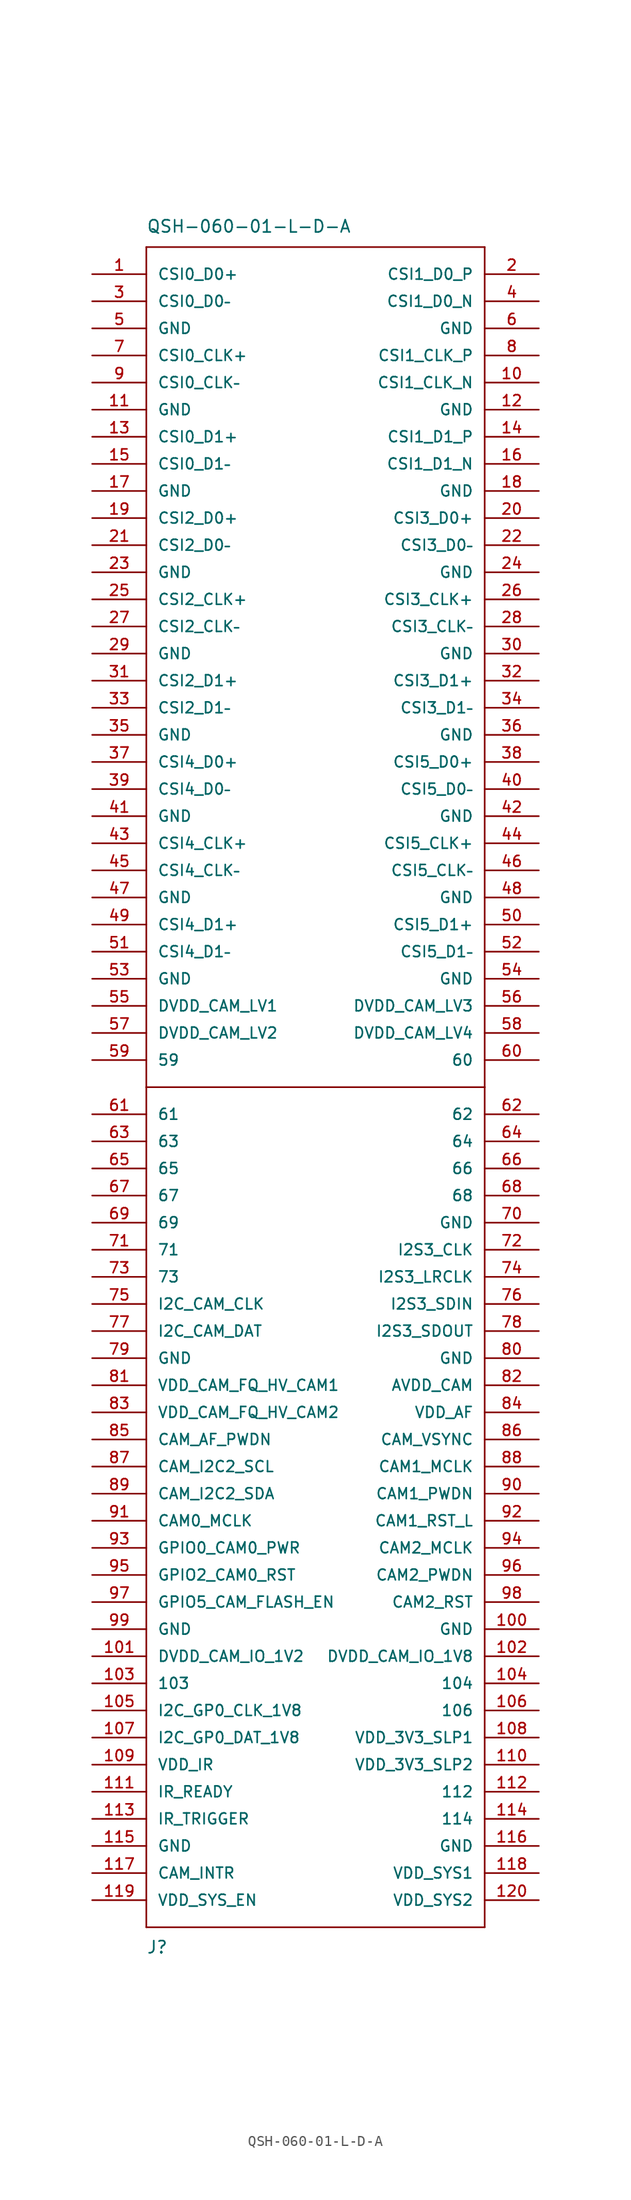
<source format=kicad_sym>
(kicad_symbol_lib
  (version 20211014)
  (generator kicad_symbol_editor)
  (symbol "QSH-060-01-L-D-A"
    (pin_names
      (offset 1.016))
    (property "Reference" "J"
      (at -8.89 -81.28 0)
      (effects (font (size 1.143 1.143)) (justify left bottom)))
    (property "Value" "QSH-060-01-L-D-A"
      (at -8.89 80.01 0)
      (effects (font (size 1.143 1.143)) (justify left bottom)))
    (property "ki_locked" ""
      (at 0 0 0)
      (effects (font (size 1.27 1.27))))
    (symbol "QSH-060-01-L-D-A_1_0"
      (polyline (pts (xy -8.89 -78.74) (xy -8.89 0)) (stroke (width 0) (type default) (color 0 0 0 0)) (fill (type none)))
      (polyline (pts (xy -8.89 0) (xy -8.89 78.74)) (stroke (width 0) (type default) (color 0 0 0 0)) (fill (type none)))
      (polyline (pts (xy -8.89 0) (xy 22.86 0)) (stroke (width 0) (type default) (color 0 0 0 0)) (fill (type none)))
      (polyline (pts (xy -8.89 78.74) (xy 22.86 78.74)) (stroke (width 0) (type default) (color 0 0 0 0)) (fill (type none)))
      (polyline (pts (xy 22.86 -78.74) (xy -8.89 -78.74)) (stroke (width 0) (type default) (color 0 0 0 0)) (fill (type none)))
      (polyline (pts (xy 22.86 0) (xy 22.86 -78.74)) (stroke (width 0) (type default) (color 0 0 0 0)) (fill (type none)))
      (polyline (pts (xy 22.86 78.74) (xy 22.86 0)) (stroke (width 0) (type default) (color 0 0 0 0)) (fill (type none))))
    (symbol "QSH-060-01-L-D-A_1_1"
      (pin input line (at -13.97 76.2 0) (length 5.08) (name "CSI0_D0+" (effects (font (size 1.016 1.016)))) (number "1" (effects (font (size 1.016 1.016)))))
      (pin bidirectional line (at 27.94 66.04 180) (length 5.08) (name "CSI1_CLK_N" (effects (font (size 1.016 1.016)))) (number "10" (effects (font (size 1.016 1.016)))))
      (pin bidirectional line (at 27.94 -50.8 180) (length 5.08) (name "GND" (effects (font (size 1.016 1.016)))) (number "100" (effects (font (size 1.016 1.016)))))
      (pin power_out line (at -13.97 -53.34 0) (length 5.08) (name "DVDD_CAM_IO_1V2" (effects (font (size 1.016 1.016)))) (number "101" (effects (font (size 1.016 1.016)))))
      (pin power_out line (at 27.94 -53.34 180) (length 5.08) (name "DVDD_CAM_IO_1V8" (effects (font (size 1.016 1.016)))) (number "102" (effects (font (size 1.016 1.016)))))
      (pin bidirectional line (at -13.97 -55.88 0) (length 5.08) (name "103" (effects (font (size 1.016 1.016)))) (number "103" (effects (font (size 1.016 1.016)))))
      (pin bidirectional line (at 27.94 -55.88 180) (length 5.08) (name "104" (effects (font (size 1.016 1.016)))) (number "104" (effects (font (size 1.016 1.016)))))
      (pin bidirectional line (at -13.97 -58.42 0) (length 5.08) (name "I2C_GP0_CLK_1V8" (effects (font (size 1.016 1.016)))) (number "105" (effects (font (size 1.016 1.016)))))
      (pin bidirectional line (at 27.94 -58.42 180) (length 5.08) (name "106" (effects (font (size 1.016 1.016)))) (number "106" (effects (font (size 1.016 1.016)))))
      (pin bidirectional line (at -13.97 -60.96 0) (length 5.08) (name "I2C_GP0_DAT_1V8" (effects (font (size 1.016 1.016)))) (number "107" (effects (font (size 1.016 1.016)))))
      (pin bidirectional line (at 27.94 -60.96 180) (length 5.08) (name "VDD_3V3_SLP1" (effects (font (size 1.016 1.016)))) (number "108" (effects (font (size 1.016 1.016)))))
      (pin bidirectional line (at -13.97 -63.5 0) (length 5.08) (name "VDD_IR" (effects (font (size 1.016 1.016)))) (number "109" (effects (font (size 1.016 1.016)))))
      (pin bidirectional line (at -13.97 63.5 0) (length 5.08) (name "GND" (effects (font (size 1.016 1.016)))) (number "11" (effects (font (size 1.016 1.016)))))
      (pin bidirectional line (at 27.94 -63.5 180) (length 5.08) (name "VDD_3V3_SLP2" (effects (font (size 1.016 1.016)))) (number "110" (effects (font (size 1.016 1.016)))))
      (pin bidirectional line (at -13.97 -66.04 0) (length 5.08) (name "IR_READY" (effects (font (size 1.016 1.016)))) (number "111" (effects (font (size 1.016 1.016)))))
      (pin bidirectional line (at 27.94 -66.04 180) (length 5.08) (name "112" (effects (font (size 1.016 1.016)))) (number "112" (effects (font (size 1.016 1.016)))))
      (pin bidirectional line (at -13.97 -68.58 0) (length 5.08) (name "IR_TRIGGER" (effects (font (size 1.016 1.016)))) (number "113" (effects (font (size 1.016 1.016)))))
      (pin bidirectional line (at 27.94 -68.58 180) (length 5.08) (name "114" (effects (font (size 1.016 1.016)))) (number "114" (effects (font (size 1.016 1.016)))))
      (pin bidirectional line (at -13.97 -71.12 0) (length 5.08) (name "GND" (effects (font (size 1.016 1.016)))) (number "115" (effects (font (size 1.016 1.016)))))
      (pin bidirectional line (at 27.94 -71.12 180) (length 5.08) (name "GND" (effects (font (size 1.016 1.016)))) (number "116" (effects (font (size 1.016 1.016)))))
      (pin bidirectional line (at -13.97 -73.66 0) (length 5.08) (name "CAM_INTR" (effects (font (size 1.016 1.016)))) (number "117" (effects (font (size 1.016 1.016)))))
      (pin bidirectional line (at 27.94 -73.66 180) (length 5.08) (name "VDD_SYS1" (effects (font (size 1.016 1.016)))) (number "118" (effects (font (size 1.016 1.016)))))
      (pin bidirectional line (at -13.97 -76.2 0) (length 5.08) (name "VDD_SYS_EN" (effects (font (size 1.016 1.016)))) (number "119" (effects (font (size 1.016 1.016)))))
      (pin bidirectional line (at 27.94 63.5 180) (length 5.08) (name "GND" (effects (font (size 1.016 1.016)))) (number "12" (effects (font (size 1.016 1.016)))))
      (pin bidirectional line (at 27.94 -76.2 180) (length 5.08) (name "VDD_SYS2" (effects (font (size 1.016 1.016)))) (number "120" (effects (font (size 1.016 1.016)))))
      (pin input line (at -13.97 60.96 0) (length 5.08) (name "CSI0_D1+" (effects (font (size 1.016 1.016)))) (number "13" (effects (font (size 1.016 1.016)))))
      (pin bidirectional line (at 27.94 60.96 180) (length 5.08) (name "CSI1_D1_P" (effects (font (size 1.016 1.016)))) (number "14" (effects (font (size 1.016 1.016)))))
      (pin bidirectional line (at -13.97 58.42 0) (length 5.08) (name "CSI0_D1–" (effects (font (size 1.016 1.016)))) (number "15" (effects (font (size 1.016 1.016)))))
      (pin bidirectional line (at 27.94 58.42 180) (length 5.08) (name "CSI1_D1_N" (effects (font (size 1.016 1.016)))) (number "16" (effects (font (size 1.016 1.016)))))
      (pin bidirectional line (at -13.97 55.88 0) (length 5.08) (name "GND" (effects (font (size 1.016 1.016)))) (number "17" (effects (font (size 1.016 1.016)))))
      (pin bidirectional line (at 27.94 55.88 180) (length 5.08) (name "GND" (effects (font (size 1.016 1.016)))) (number "18" (effects (font (size 1.016 1.016)))))
      (pin input line (at -13.97 53.34 0) (length 5.08) (name "CSI2_D0+" (effects (font (size 1.016 1.016)))) (number "19" (effects (font (size 1.016 1.016)))))
      (pin bidirectional line (at 27.94 76.2 180) (length 5.08) (name "CSI1_D0_P" (effects (font (size 1.016 1.016)))) (number "2" (effects (font (size 1.016 1.016)))))
      (pin bidirectional line (at 27.94 53.34 180) (length 5.08) (name "CSI3_D0+" (effects (font (size 1.016 1.016)))) (number "20" (effects (font (size 1.016 1.016)))))
      (pin input line (at -13.97 50.8 0) (length 5.08) (name "CSI2_D0–" (effects (font (size 1.016 1.016)))) (number "21" (effects (font (size 1.016 1.016)))))
      (pin bidirectional line (at 27.94 50.8 180) (length 5.08) (name "CSI3_D0–" (effects (font (size 1.016 1.016)))) (number "22" (effects (font (size 1.016 1.016)))))
      (pin bidirectional line (at -13.97 48.26 0) (length 5.08) (name "GND" (effects (font (size 1.016 1.016)))) (number "23" (effects (font (size 1.016 1.016)))))
      (pin bidirectional line (at 27.94 48.26 180) (length 5.08) (name "GND" (effects (font (size 1.016 1.016)))) (number "24" (effects (font (size 1.016 1.016)))))
      (pin input line (at -13.97 45.72 0) (length 5.08) (name "CSI2_CLK+" (effects (font (size 1.016 1.016)))) (number "25" (effects (font (size 1.016 1.016)))))
      (pin bidirectional line (at 27.94 45.72 180) (length 5.08) (name "CSI3_CLK+" (effects (font (size 1.016 1.016)))) (number "26" (effects (font (size 1.016 1.016)))))
      (pin input line (at -13.97 43.18 0) (length 5.08) (name "CSI2_CLK–" (effects (font (size 1.016 1.016)))) (number "27" (effects (font (size 1.016 1.016)))))
      (pin bidirectional line (at 27.94 43.18 180) (length 5.08) (name "CSI3_CLK–" (effects (font (size 1.016 1.016)))) (number "28" (effects (font (size 1.016 1.016)))))
      (pin bidirectional line (at -13.97 40.64 0) (length 5.08) (name "GND" (effects (font (size 1.016 1.016)))) (number "29" (effects (font (size 1.016 1.016)))))
      (pin input line (at -13.97 73.66 0) (length 5.08) (name "CSI0_D0–" (effects (font (size 1.016 1.016)))) (number "3" (effects (font (size 1.016 1.016)))))
      (pin bidirectional line (at 27.94 40.64 180) (length 5.08) (name "GND" (effects (font (size 1.016 1.016)))) (number "30" (effects (font (size 1.016 1.016)))))
      (pin input line (at -13.97 38.1 0) (length 5.08) (name "CSI2_D1+" (effects (font (size 1.016 1.016)))) (number "31" (effects (font (size 1.016 1.016)))))
      (pin bidirectional line (at 27.94 38.1 180) (length 5.08) (name "CSI3_D1+" (effects (font (size 1.016 1.016)))) (number "32" (effects (font (size 1.016 1.016)))))
      (pin input line (at -13.97 35.56 0) (length 5.08) (name "CSI2_D1–" (effects (font (size 1.016 1.016)))) (number "33" (effects (font (size 1.016 1.016)))))
      (pin bidirectional line (at 27.94 35.56 180) (length 5.08) (name "CSI3_D1–" (effects (font (size 1.016 1.016)))) (number "34" (effects (font (size 1.016 1.016)))))
      (pin bidirectional line (at -13.97 33.02 0) (length 5.08) (name "GND" (effects (font (size 1.016 1.016)))) (number "35" (effects (font (size 1.016 1.016)))))
      (pin bidirectional line (at 27.94 33.02 180) (length 5.08) (name "GND" (effects (font (size 1.016 1.016)))) (number "36" (effects (font (size 1.016 1.016)))))
      (pin input line (at -13.97 30.48 0) (length 5.08) (name "CSI4_D0+" (effects (font (size 1.016 1.016)))) (number "37" (effects (font (size 1.016 1.016)))))
      (pin bidirectional line (at 27.94 30.48 180) (length 5.08) (name "CSI5_D0+" (effects (font (size 1.016 1.016)))) (number "38" (effects (font (size 1.016 1.016)))))
      (pin input line (at -13.97 27.94 0) (length 5.08) (name "CSI4_D0–" (effects (font (size 1.016 1.016)))) (number "39" (effects (font (size 1.016 1.016)))))
      (pin bidirectional line (at 27.94 73.66 180) (length 5.08) (name "CSI1_D0_N" (effects (font (size 1.016 1.016)))) (number "4" (effects (font (size 1.016 1.016)))))
      (pin bidirectional line (at 27.94 27.94 180) (length 5.08) (name "CSI5_D0–" (effects (font (size 1.016 1.016)))) (number "40" (effects (font (size 1.016 1.016)))))
      (pin bidirectional line (at -13.97 25.4 0) (length 5.08) (name "GND" (effects (font (size 1.016 1.016)))) (number "41" (effects (font (size 1.016 1.016)))))
      (pin bidirectional line (at 27.94 25.4 180) (length 5.08) (name "GND" (effects (font (size 1.016 1.016)))) (number "42" (effects (font (size 1.016 1.016)))))
      (pin input line (at -13.97 22.86 0) (length 5.08) (name "CSI4_CLK+" (effects (font (size 1.016 1.016)))) (number "43" (effects (font (size 1.016 1.016)))))
      (pin bidirectional line (at 27.94 22.86 180) (length 5.08) (name "CSI5_CLK+" (effects (font (size 1.016 1.016)))) (number "44" (effects (font (size 1.016 1.016)))))
      (pin input line (at -13.97 20.32 0) (length 5.08) (name "CSI4_CLK–" (effects (font (size 1.016 1.016)))) (number "45" (effects (font (size 1.016 1.016)))))
      (pin bidirectional line (at 27.94 20.32 180) (length 5.08) (name "CSI5_CLK–" (effects (font (size 1.016 1.016)))) (number "46" (effects (font (size 1.016 1.016)))))
      (pin bidirectional line (at -13.97 17.78 0) (length 5.08) (name "GND" (effects (font (size 1.016 1.016)))) (number "47" (effects (font (size 1.016 1.016)))))
      (pin bidirectional line (at 27.94 17.78 180) (length 5.08) (name "GND" (effects (font (size 1.016 1.016)))) (number "48" (effects (font (size 1.016 1.016)))))
      (pin input line (at -13.97 15.24 0) (length 5.08) (name "CSI4_D1+" (effects (font (size 1.016 1.016)))) (number "49" (effects (font (size 1.016 1.016)))))
      (pin bidirectional line (at -13.97 71.12 0) (length 5.08) (name "GND" (effects (font (size 1.016 1.016)))) (number "5" (effects (font (size 1.016 1.016)))))
      (pin bidirectional line (at 27.94 15.24 180) (length 5.08) (name "CSI5_D1+" (effects (font (size 1.016 1.016)))) (number "50" (effects (font (size 1.016 1.016)))))
      (pin input line (at -13.97 12.7 0) (length 5.08) (name "CSI4_D1–" (effects (font (size 1.016 1.016)))) (number "51" (effects (font (size 1.016 1.016)))))
      (pin bidirectional line (at 27.94 12.7 180) (length 5.08) (name "CSI5_D1–" (effects (font (size 1.016 1.016)))) (number "52" (effects (font (size 1.016 1.016)))))
      (pin bidirectional line (at -13.97 10.16 0) (length 5.08) (name "GND" (effects (font (size 1.016 1.016)))) (number "53" (effects (font (size 1.016 1.016)))))
      (pin bidirectional line (at 27.94 10.16 180) (length 5.08) (name "GND" (effects (font (size 1.016 1.016)))) (number "54" (effects (font (size 1.016 1.016)))))
      (pin bidirectional line (at -13.97 7.62 0) (length 5.08) (name "DVDD_CAM_LV1" (effects (font (size 1.016 1.016)))) (number "55" (effects (font (size 1.016 1.016)))))
      (pin bidirectional line (at 27.94 7.62 180) (length 5.08) (name "DVDD_CAM_LV3" (effects (font (size 1.016 1.016)))) (number "56" (effects (font (size 1.016 1.016)))))
      (pin bidirectional line (at -13.97 5.08 0) (length 5.08) (name "DVDD_CAM_LV2" (effects (font (size 1.016 1.016)))) (number "57" (effects (font (size 1.016 1.016)))))
      (pin bidirectional line (at 27.94 5.08 180) (length 5.08) (name "DVDD_CAM_LV4" (effects (font (size 1.016 1.016)))) (number "58" (effects (font (size 1.016 1.016)))))
      (pin bidirectional line (at -13.97 2.54 0) (length 5.08) (name "59" (effects (font (size 1.016 1.016)))) (number "59" (effects (font (size 1.016 1.016)))))
      (pin bidirectional line (at 27.94 71.12 180) (length 5.08) (name "GND" (effects (font (size 1.016 1.016)))) (number "6" (effects (font (size 1.016 1.016)))))
      (pin bidirectional line (at 27.94 2.54 180) (length 5.08) (name "60" (effects (font (size 1.016 1.016)))) (number "60" (effects (font (size 1.016 1.016)))))
      (pin bidirectional line (at -13.97 -2.54 0) (length 5.08) (name "61" (effects (font (size 1.016 1.016)))) (number "61" (effects (font (size 1.016 1.016)))))
      (pin bidirectional line (at 27.94 -2.54 180) (length 5.08) (name "62" (effects (font (size 1.016 1.016)))) (number "62" (effects (font (size 1.016 1.016)))))
      (pin bidirectional line (at -13.97 -5.08 0) (length 5.08) (name "63" (effects (font (size 1.016 1.016)))) (number "63" (effects (font (size 1.016 1.016)))))
      (pin bidirectional line (at 27.94 -5.08 180) (length 5.08) (name "64" (effects (font (size 1.016 1.016)))) (number "64" (effects (font (size 1.016 1.016)))))
      (pin bidirectional line (at -13.97 -7.62 0) (length 5.08) (name "65" (effects (font (size 1.016 1.016)))) (number "65" (effects (font (size 1.016 1.016)))))
      (pin bidirectional line (at 27.94 -7.62 180) (length 5.08) (name "66" (effects (font (size 1.016 1.016)))) (number "66" (effects (font (size 1.016 1.016)))))
      (pin bidirectional line (at -13.97 -10.16 0) (length 5.08) (name "67" (effects (font (size 1.016 1.016)))) (number "67" (effects (font (size 1.016 1.016)))))
      (pin bidirectional line (at 27.94 -10.16 180) (length 5.08) (name "68" (effects (font (size 1.016 1.016)))) (number "68" (effects (font (size 1.016 1.016)))))
      (pin bidirectional line (at -13.97 -12.7 0) (length 5.08) (name "69" (effects (font (size 1.016 1.016)))) (number "69" (effects (font (size 1.016 1.016)))))
      (pin input line (at -13.97 68.58 0) (length 5.08) (name "CSI0_CLK+" (effects (font (size 1.016 1.016)))) (number "7" (effects (font (size 1.016 1.016)))))
      (pin bidirectional line (at 27.94 -12.7 180) (length 5.08) (name "GND" (effects (font (size 1.016 1.016)))) (number "70" (effects (font (size 1.016 1.016)))))
      (pin bidirectional line (at -13.97 -15.24 0) (length 5.08) (name "71" (effects (font (size 1.016 1.016)))) (number "71" (effects (font (size 1.016 1.016)))))
      (pin bidirectional line (at 27.94 -15.24 180) (length 5.08) (name "I2S3_CLK" (effects (font (size 1.016 1.016)))) (number "72" (effects (font (size 1.016 1.016)))))
      (pin bidirectional line (at -13.97 -17.78 0) (length 5.08) (name "73" (effects (font (size 1.016 1.016)))) (number "73" (effects (font (size 1.016 1.016)))))
      (pin bidirectional line (at 27.94 -17.78 180) (length 5.08) (name "I2S3_LRCLK" (effects (font (size 1.016 1.016)))) (number "74" (effects (font (size 1.016 1.016)))))
      (pin bidirectional line (at -13.97 -20.32 0) (length 5.08) (name "I2C_CAM_CLK" (effects (font (size 1.016 1.016)))) (number "75" (effects (font (size 1.016 1.016)))))
      (pin input line (at 27.94 -20.32 180) (length 5.08) (name "I2S3_SDIN" (effects (font (size 1.016 1.016)))) (number "76" (effects (font (size 1.016 1.016)))))
      (pin bidirectional line (at -13.97 -22.86 0) (length 5.08) (name "I2C_CAM_DAT" (effects (font (size 1.016 1.016)))) (number "77" (effects (font (size 1.016 1.016)))))
      (pin bidirectional line (at 27.94 -22.86 180) (length 5.08) (name "I2S3_SDOUT" (effects (font (size 1.016 1.016)))) (number "78" (effects (font (size 1.016 1.016)))))
      (pin bidirectional line (at -13.97 -25.4 0) (length 5.08) (name "GND" (effects (font (size 1.016 1.016)))) (number "79" (effects (font (size 1.016 1.016)))))
      (pin bidirectional line (at 27.94 68.58 180) (length 5.08) (name "CSI1_CLK_P" (effects (font (size 1.016 1.016)))) (number "8" (effects (font (size 1.016 1.016)))))
      (pin bidirectional line (at 27.94 -25.4 180) (length 5.08) (name "GND" (effects (font (size 1.016 1.016)))) (number "80" (effects (font (size 1.016 1.016)))))
      (pin bidirectional line (at -13.97 -27.94 0) (length 5.08) (name "VDD_CAM_FQ_HV_CAM1" (effects (font (size 1.016 1.016)))) (number "81" (effects (font (size 1.016 1.016)))))
      (pin bidirectional line (at 27.94 -27.94 180) (length 5.08) (name "AVDD_CAM" (effects (font (size 1.016 1.016)))) (number "82" (effects (font (size 1.016 1.016)))))
      (pin bidirectional line (at -13.97 -30.48 0) (length 5.08) (name "VDD_CAM_FQ_HV_CAM2" (effects (font (size 1.016 1.016)))) (number "83" (effects (font (size 1.016 1.016)))))
      (pin bidirectional line (at 27.94 -30.48 180) (length 5.08) (name "VDD_AF" (effects (font (size 1.016 1.016)))) (number "84" (effects (font (size 1.016 1.016)))))
      (pin bidirectional line (at -13.97 -33.02 0) (length 5.08) (name "CAM_AF_PWDN" (effects (font (size 1.016 1.016)))) (number "85" (effects (font (size 1.016 1.016)))))
      (pin output line (at 27.94 -33.02 180) (length 5.08) (name "CAM_VSYNC" (effects (font (size 1.016 1.016)))) (number "86" (effects (font (size 1.016 1.016)))))
      (pin bidirectional line (at -13.97 -35.56 0) (length 5.08) (name "CAM_I2C2_SCL" (effects (font (size 1.016 1.016)))) (number "87" (effects (font (size 1.016 1.016)))))
      (pin output line (at 27.94 -35.56 180) (length 5.08) (name "CAM1_MCLK" (effects (font (size 1.016 1.016)))) (number "88" (effects (font (size 1.016 1.016)))))
      (pin bidirectional line (at -13.97 -38.1 0) (length 5.08) (name "CAM_I2C2_SDA" (effects (font (size 1.016 1.016)))) (number "89" (effects (font (size 1.016 1.016)))))
      (pin input line (at -13.97 66.04 0) (length 5.08) (name "CSI0_CLK–" (effects (font (size 1.016 1.016)))) (number "9" (effects (font (size 1.016 1.016)))))
      (pin output line (at 27.94 -38.1 180) (length 5.08) (name "CAM1_PWDN" (effects (font (size 1.016 1.016)))) (number "90" (effects (font (size 1.016 1.016)))))
      (pin output line (at -13.97 -40.64 0) (length 5.08) (name "CAM0_MCLK" (effects (font (size 1.016 1.016)))) (number "91" (effects (font (size 1.016 1.016)))))
      (pin output line (at 27.94 -40.64 180) (length 5.08) (name "CAM1_RST_L" (effects (font (size 1.016 1.016)))) (number "92" (effects (font (size 1.016 1.016)))))
      (pin output line (at -13.97 -43.18 0) (length 5.08) (name "GPIO0_CAM0_PWR" (effects (font (size 1.016 1.016)))) (number "93" (effects (font (size 1.016 1.016)))))
      (pin output line (at 27.94 -43.18 180) (length 5.08) (name "CAM2_MCLK" (effects (font (size 1.016 1.016)))) (number "94" (effects (font (size 1.016 1.016)))))
      (pin output line (at -13.97 -45.72 0) (length 5.08) (name "GPIO2_CAM0_RST" (effects (font (size 1.016 1.016)))) (number "95" (effects (font (size 1.016 1.016)))))
      (pin output line (at 27.94 -45.72 180) (length 5.08) (name "CAM2_PWDN" (effects (font (size 1.016 1.016)))) (number "96" (effects (font (size 1.016 1.016)))))
      (pin output line (at -13.97 -48.26 0) (length 5.08) (name "GPIO5_CAM_FLASH_EN" (effects (font (size 1.016 1.016)))) (number "97" (effects (font (size 1.016 1.016)))))
      (pin output line (at 27.94 -48.26 180) (length 5.08) (name "CAM2_RST" (effects (font (size 1.016 1.016)))) (number "98" (effects (font (size 1.016 1.016)))))
      (pin bidirectional line (at -13.97 -50.8 0) (length 5.08) (name "GND" (effects (font (size 1.016 1.016)))) (number "99" (effects (font (size 1.016 1.016))))))))
</source>
